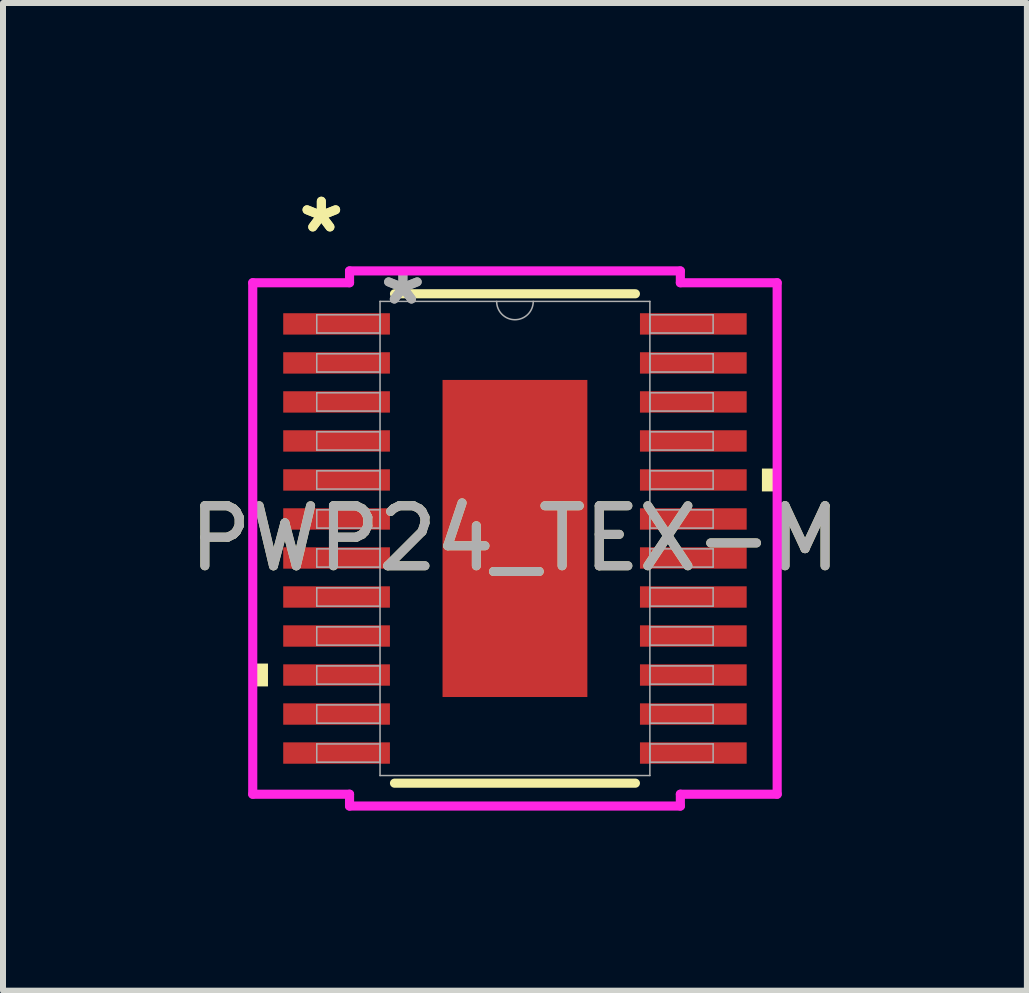
<source format=kicad_pcb>
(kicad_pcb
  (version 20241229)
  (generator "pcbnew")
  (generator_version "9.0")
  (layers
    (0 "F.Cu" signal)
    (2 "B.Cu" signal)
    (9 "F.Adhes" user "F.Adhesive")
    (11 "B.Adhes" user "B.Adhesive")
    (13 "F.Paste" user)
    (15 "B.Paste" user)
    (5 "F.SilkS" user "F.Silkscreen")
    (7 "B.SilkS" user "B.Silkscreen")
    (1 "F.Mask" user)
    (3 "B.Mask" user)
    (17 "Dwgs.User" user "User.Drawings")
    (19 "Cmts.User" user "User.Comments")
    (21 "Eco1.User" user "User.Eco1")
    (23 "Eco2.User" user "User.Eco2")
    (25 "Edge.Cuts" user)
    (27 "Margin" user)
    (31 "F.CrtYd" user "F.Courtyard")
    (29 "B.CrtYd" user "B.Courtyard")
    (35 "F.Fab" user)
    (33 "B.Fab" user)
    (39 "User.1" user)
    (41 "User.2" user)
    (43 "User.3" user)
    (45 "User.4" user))
  (footprint "PWP24_TEX-M"
    (layer "F.Cu")
    (at 5.53 5.922)
    (property "Reference" "PWP24_TEX-M" (at 0 0 0) (unlocked yes) (layer "F.SilkS") (effects (font (size 1 1) (thickness 0.15))))
    (attr smd)
    (fp_line (start -2.007 4.077) (end 2.007 4.077) (stroke (width 0.152) (type solid)) (layer "F.SilkS"))
    (fp_line (start 2.007 -4.077) (end -2.007 -4.077) (stroke (width 0.152) (type solid)) (layer "F.SilkS"))
    (fp_poly (pts (xy -4.369 2.084) (xy -4.369 2.465) (xy -4.115 2.465) (xy -4.115 2.084)) (stroke (width 0) (type solid)) (fill yes) (layer "F.SilkS"))
    (fp_poly (pts (xy 4.369 -1.165) (xy 4.369 -0.784) (xy 4.115 -0.784) (xy 4.115 -1.165)) (stroke (width 0) (type solid)) (fill yes) (layer "F.SilkS"))
    (fp_poly (pts (xy -1.107 -2.542) (xy -1.107 -1.421) (xy 1.107 -1.421) (xy 1.107 -2.542)) (stroke (width 0) (type solid)) (fill yes) (layer "F.Paste"))
    (fp_poly (pts (xy -1.107 -1.221) (xy -1.107 -0.1) (xy 1.107 -0.1) (xy 1.107 -1.221)) (stroke (width 0) (type solid)) (fill yes) (layer "F.Paste"))
    (fp_poly (pts (xy -1.107 0.1) (xy -1.107 1.221) (xy 1.107 1.221) (xy 1.107 0.1)) (stroke (width 0) (type solid)) (fill yes) (layer "F.Paste"))
    (fp_poly (pts (xy -1.107 1.421) (xy -1.107 2.542) (xy 1.107 2.542) (xy 1.107 1.421)) (stroke (width 0) (type solid)) (fill yes) (layer "F.Paste"))
    (fp_line (start -4.369 -4.261) (end -2.756 -4.261) (stroke (width 0.152) (type solid)) (layer "F.CrtYd"))
    (fp_line (start -4.369 4.261) (end -4.369 -4.261) (stroke (width 0.152) (type solid)) (layer "F.CrtYd"))
    (fp_line (start -4.369 4.261) (end -2.756 4.261) (stroke (width 0.152) (type solid)) (layer "F.CrtYd"))
    (fp_line (start -2.756 -4.458) (end 2.756 -4.458) (stroke (width 0.152) (type solid)) (layer "F.CrtYd"))
    (fp_line (start -2.756 -4.261) (end -2.756 -4.458) (stroke (width 0.152) (type solid)) (layer "F.CrtYd"))
    (fp_line (start -2.756 4.458) (end -2.756 4.261) (stroke (width 0.152) (type solid)) (layer "F.CrtYd"))
    (fp_line (start 2.756 -4.458) (end 2.756 -4.261) (stroke (width 0.152) (type solid)) (layer "F.CrtYd"))
    (fp_line (start 2.756 4.261) (end 2.756 4.458) (stroke (width 0.152) (type solid)) (layer "F.CrtYd"))
    (fp_line (start 2.756 4.458) (end -2.756 4.458) (stroke (width 0.152) (type solid)) (layer "F.CrtYd"))
    (fp_line (start 4.369 -4.261) (end 2.756 -4.261) (stroke (width 0.152) (type solid)) (layer "F.CrtYd"))
    (fp_line (start 4.369 -4.261) (end 4.369 4.261) (stroke (width 0.152) (type solid)) (layer "F.CrtYd"))
    (fp_line (start 4.369 4.261) (end 2.756 4.261) (stroke (width 0.152) (type solid)) (layer "F.CrtYd"))
    (fp_line (start -3.302 -3.727) (end -3.302 -3.423) (stroke (width 0.025) (type solid)) (layer "F.Fab"))
    (fp_line (start -3.302 -3.423) (end -2.248 -3.423) (stroke (width 0.025) (type solid)) (layer "F.Fab"))
    (fp_line (start -3.302 -3.077) (end -3.302 -2.773) (stroke (width 0.025) (type solid)) (layer "F.Fab"))
    (fp_line (start -3.302 -2.773) (end -2.248 -2.773) (stroke (width 0.025) (type solid)) (layer "F.Fab"))
    (fp_line (start -3.302 -2.427) (end -3.302 -2.123) (stroke (width 0.025) (type solid)) (layer "F.Fab"))
    (fp_line (start -3.302 -2.123) (end -2.248 -2.123) (stroke (width 0.025) (type solid)) (layer "F.Fab"))
    (fp_line (start -3.302 -1.777) (end -3.302 -1.473) (stroke (width 0.025) (type solid)) (layer "F.Fab"))
    (fp_line (start -3.302 -1.473) (end -2.248 -1.473) (stroke (width 0.025) (type solid)) (layer "F.Fab"))
    (fp_line (start -3.302 -1.127) (end -3.302 -0.823) (stroke (width 0.025) (type solid)) (layer "F.Fab"))
    (fp_line (start -3.302 -0.823) (end -2.248 -0.823) (stroke (width 0.025) (type solid)) (layer "F.Fab"))
    (fp_line (start -3.302 -0.477) (end -3.302 -0.173) (stroke (width 0.025) (type solid)) (layer "F.Fab"))
    (fp_line (start -3.302 -0.173) (end -2.248 -0.173) (stroke (width 0.025) (type solid)) (layer "F.Fab"))
    (fp_line (start -3.302 0.173) (end -3.302 0.477) (stroke (width 0.025) (type solid)) (layer "F.Fab"))
    (fp_line (start -3.302 0.477) (end -2.248 0.477) (stroke (width 0.025) (type solid)) (layer "F.Fab"))
    (fp_line (start -3.302 0.823) (end -3.302 1.127) (stroke (width 0.025) (type solid)) (layer "F.Fab"))
    (fp_line (start -3.302 1.127) (end -2.248 1.127) (stroke (width 0.025) (type solid)) (layer "F.Fab"))
    (fp_line (start -3.302 1.473) (end -3.302 1.777) (stroke (width 0.025) (type solid)) (layer "F.Fab"))
    (fp_line (start -3.302 1.777) (end -2.248 1.777) (stroke (width 0.025) (type solid)) (layer "F.Fab"))
    (fp_line (start -3.302 2.123) (end -3.302 2.427) (stroke (width 0.025) (type solid)) (layer "F.Fab"))
    (fp_line (start -3.302 2.427) (end -2.248 2.427) (stroke (width 0.025) (type solid)) (layer "F.Fab"))
    (fp_line (start -3.302 2.773) (end -3.302 3.077) (stroke (width 0.025) (type solid)) (layer "F.Fab"))
    (fp_line (start -3.302 3.077) (end -2.248 3.077) (stroke (width 0.025) (type solid)) (layer "F.Fab"))
    (fp_line (start -3.302 3.423) (end -3.302 3.727) (stroke (width 0.025) (type solid)) (layer "F.Fab"))
    (fp_line (start -3.302 3.727) (end -2.248 3.727) (stroke (width 0.025) (type solid)) (layer "F.Fab"))
    (fp_line (start -2.248 -3.95) (end -2.248 3.95) (stroke (width 0.025) (type solid)) (layer "F.Fab"))
    (fp_line (start -2.248 -3.727) (end -3.302 -3.727) (stroke (width 0.025) (type solid)) (layer "F.Fab"))
    (fp_line (start -2.248 -3.423) (end -2.248 -3.727) (stroke (width 0.025) (type solid)) (layer "F.Fab"))
    (fp_line (start -2.248 -3.077) (end -3.302 -3.077) (stroke (width 0.025) (type solid)) (layer "F.Fab"))
    (fp_line (start -2.248 -2.773) (end -2.248 -3.077) (stroke (width 0.025) (type solid)) (layer "F.Fab"))
    (fp_line (start -2.248 -2.427) (end -3.302 -2.427) (stroke (width 0.025) (type solid)) (layer "F.Fab"))
    (fp_line (start -2.248 -2.123) (end -2.248 -2.427) (stroke (width 0.025) (type solid)) (layer "F.Fab"))
    (fp_line (start -2.248 -1.777) (end -3.302 -1.777) (stroke (width 0.025) (type solid)) (layer "F.Fab"))
    (fp_line (start -2.248 -1.473) (end -2.248 -1.777) (stroke (width 0.025) (type solid)) (layer "F.Fab"))
    (fp_line (start -2.248 -1.127) (end -3.302 -1.127) (stroke (width 0.025) (type solid)) (layer "F.Fab"))
    (fp_line (start -2.248 -0.823) (end -2.248 -1.127) (stroke (width 0.025) (type solid)) (layer "F.Fab"))
    (fp_line (start -2.248 -0.477) (end -3.302 -0.477) (stroke (width 0.025) (type solid)) (layer "F.Fab"))
    (fp_line (start -2.248 -0.173) (end -2.248 -0.477) (stroke (width 0.025) (type solid)) (layer "F.Fab"))
    (fp_line (start -2.248 0.173) (end -3.302 0.173) (stroke (width 0.025) (type solid)) (layer "F.Fab"))
    (fp_line (start -2.248 0.477) (end -2.248 0.173) (stroke (width 0.025) (type solid)) (layer "F.Fab"))
    (fp_line (start -2.248 0.823) (end -3.302 0.823) (stroke (width 0.025) (type solid)) (layer "F.Fab"))
    (fp_line (start -2.248 1.127) (end -2.248 0.823) (stroke (width 0.025) (type solid)) (layer "F.Fab"))
    (fp_line (start -2.248 1.473) (end -3.302 1.473) (stroke (width 0.025) (type solid)) (layer "F.Fab"))
    (fp_line (start -2.248 1.777) (end -2.248 1.473) (stroke (width 0.025) (type solid)) (layer "F.Fab"))
    (fp_line (start -2.248 2.123) (end -3.302 2.123) (stroke (width 0.025) (type solid)) (layer "F.Fab"))
    (fp_line (start -2.248 2.427) (end -2.248 2.123) (stroke (width 0.025) (type solid)) (layer "F.Fab"))
    (fp_line (start -2.248 2.773) (end -3.302 2.773) (stroke (width 0.025) (type solid)) (layer "F.Fab"))
    (fp_line (start -2.248 3.077) (end -2.248 2.773) (stroke (width 0.025) (type solid)) (layer "F.Fab"))
    (fp_line (start -2.248 3.423) (end -3.302 3.423) (stroke (width 0.025) (type solid)) (layer "F.Fab"))
    (fp_line (start -2.248 3.727) (end -2.248 3.423) (stroke (width 0.025) (type solid)) (layer "F.Fab"))
    (fp_line (start -2.248 3.95) (end 2.248 3.95) (stroke (width 0.025) (type solid)) (layer "F.Fab"))
    (fp_line (start 2.248 -3.95) (end -2.248 -3.95) (stroke (width 0.025) (type solid)) (layer "F.Fab"))
    (fp_line (start 2.248 -3.727) (end 2.248 -3.423) (stroke (width 0.025) (type solid)) (layer "F.Fab"))
    (fp_line (start 2.248 -3.423) (end 3.302 -3.423) (stroke (width 0.025) (type solid)) (layer "F.Fab"))
    (fp_line (start 2.248 -3.077) (end 2.248 -2.773) (stroke (width 0.025) (type solid)) (layer "F.Fab"))
    (fp_line (start 2.248 -2.773) (end 3.302 -2.773) (stroke (width 0.025) (type solid)) (layer "F.Fab"))
    (fp_line (start 2.248 -2.427) (end 2.248 -2.123) (stroke (width 0.025) (type solid)) (layer "F.Fab"))
    (fp_line (start 2.248 -2.123) (end 3.302 -2.123) (stroke (width 0.025) (type solid)) (layer "F.Fab"))
    (fp_line (start 2.248 -1.777) (end 2.248 -1.473) (stroke (width 0.025) (type solid)) (layer "F.Fab"))
    (fp_line (start 2.248 -1.473) (end 3.302 -1.473) (stroke (width 0.025) (type solid)) (layer "F.Fab"))
    (fp_line (start 2.248 -1.127) (end 2.248 -0.823) (stroke (width 0.025) (type solid)) (layer "F.Fab"))
    (fp_line (start 2.248 -0.823) (end 3.302 -0.823) (stroke (width 0.025) (type solid)) (layer "F.Fab"))
    (fp_line (start 2.248 -0.477) (end 2.248 -0.173) (stroke (width 0.025) (type solid)) (layer "F.Fab"))
    (fp_line (start 2.248 -0.173) (end 3.302 -0.173) (stroke (width 0.025) (type solid)) (layer "F.Fab"))
    (fp_line (start 2.248 0.173) (end 2.248 0.477) (stroke (width 0.025) (type solid)) (layer "F.Fab"))
    (fp_line (start 2.248 0.477) (end 3.302 0.477) (stroke (width 0.025) (type solid)) (layer "F.Fab"))
    (fp_line (start 2.248 0.823) (end 2.248 1.127) (stroke (width 0.025) (type solid)) (layer "F.Fab"))
    (fp_line (start 2.248 1.127) (end 3.302 1.127) (stroke (width 0.025) (type solid)) (layer "F.Fab"))
    (fp_line (start 2.248 1.473) (end 2.248 1.777) (stroke (width 0.025) (type solid)) (layer "F.Fab"))
    (fp_line (start 2.248 1.777) (end 3.302 1.777) (stroke (width 0.025) (type solid)) (layer "F.Fab"))
    (fp_line (start 2.248 2.123) (end 2.248 2.427) (stroke (width 0.025) (type solid)) (layer "F.Fab"))
    (fp_line (start 2.248 2.427) (end 3.302 2.427) (stroke (width 0.025) (type solid)) (layer "F.Fab"))
    (fp_line (start 2.248 2.773) (end 2.248 3.077) (stroke (width 0.025) (type solid)) (layer "F.Fab"))
    (fp_line (start 2.248 3.077) (end 3.302 3.077) (stroke (width 0.025) (type solid)) (layer "F.Fab"))
    (fp_line (start 2.248 3.423) (end 2.248 3.727) (stroke (width 0.025) (type solid)) (layer "F.Fab"))
    (fp_line (start 2.248 3.727) (end 3.302 3.727) (stroke (width 0.025) (type solid)) (layer "F.Fab"))
    (fp_line (start 2.248 3.95) (end 2.248 -3.95) (stroke (width 0.025) (type solid)) (layer "F.Fab"))
    (fp_line (start 3.302 -3.727) (end 2.248 -3.727) (stroke (width 0.025) (type solid)) (layer "F.Fab"))
    (fp_line (start 3.302 -3.423) (end 3.302 -3.727) (stroke (width 0.025) (type solid)) (layer "F.Fab"))
    (fp_line (start 3.302 -3.077) (end 2.248 -3.077) (stroke (width 0.025) (type solid)) (layer "F.Fab"))
    (fp_line (start 3.302 -2.773) (end 3.302 -3.077) (stroke (width 0.025) (type solid)) (layer "F.Fab"))
    (fp_line (start 3.302 -2.427) (end 2.248 -2.427) (stroke (width 0.025) (type solid)) (layer "F.Fab"))
    (fp_line (start 3.302 -2.123) (end 3.302 -2.427) (stroke (width 0.025) (type solid)) (layer "F.Fab"))
    (fp_line (start 3.302 -1.777) (end 2.248 -1.777) (stroke (width 0.025) (type solid)) (layer "F.Fab"))
    (fp_line (start 3.302 -1.473) (end 3.302 -1.777) (stroke (width 0.025) (type solid)) (layer "F.Fab"))
    (fp_line (start 3.302 -1.127) (end 2.248 -1.127) (stroke (width 0.025) (type solid)) (layer "F.Fab"))
    (fp_line (start 3.302 -0.823) (end 3.302 -1.127) (stroke (width 0.025) (type solid)) (layer "F.Fab"))
    (fp_line (start 3.302 -0.477) (end 2.248 -0.477) (stroke (width 0.025) (type solid)) (layer "F.Fab"))
    (fp_line (start 3.302 -0.173) (end 3.302 -0.477) (stroke (width 0.025) (type solid)) (layer "F.Fab"))
    (fp_line (start 3.302 0.173) (end 2.248 0.173) (stroke (width 0.025) (type solid)) (layer "F.Fab"))
    (fp_line (start 3.302 0.477) (end 3.302 0.173) (stroke (width 0.025) (type solid)) (layer "F.Fab"))
    (fp_line (start 3.302 0.823) (end 2.248 0.823) (stroke (width 0.025) (type solid)) (layer "F.Fab"))
    (fp_line (start 3.302 1.127) (end 3.302 0.823) (stroke (width 0.025) (type solid)) (layer "F.Fab"))
    (fp_line (start 3.302 1.473) (end 2.248 1.473) (stroke (width 0.025) (type solid)) (layer "F.Fab"))
    (fp_line (start 3.302 1.777) (end 3.302 1.473) (stroke (width 0.025) (type solid)) (layer "F.Fab"))
    (fp_line (start 3.302 2.123) (end 2.248 2.123) (stroke (width 0.025) (type solid)) (layer "F.Fab"))
    (fp_line (start 3.302 2.427) (end 3.302 2.123) (stroke (width 0.025) (type solid)) (layer "F.Fab"))
    (fp_line (start 3.302 2.773) (end 2.248 2.773) (stroke (width 0.025) (type solid)) (layer "F.Fab"))
    (fp_line (start 3.302 3.077) (end 3.302 2.773) (stroke (width 0.025) (type solid)) (layer "F.Fab"))
    (fp_line (start 3.302 3.423) (end 2.248 3.423) (stroke (width 0.025) (type solid)) (layer "F.Fab"))
    (fp_line (start 3.302 3.727) (end 3.302 3.423) (stroke (width 0.025) (type solid)) (layer "F.Fab"))
    (fp_arc (start 0.3048 -3.9497) (mid 0 -3.6449) (end -0.3048 -3.9497) (stroke (width 0.0254) (type solid)) (layer "F.Fab"))
    (fp_text user "*" (at -3.226 -5.074 0) (unlocked yes) (layer "F.SilkS") (effects (font (size 1 1) (thickness 0.15))))
    (fp_text user "*" (at -3.226 -5.074 0) (layer "F.SilkS") (effects (font (size 1 1) (thickness 0.15))))
    (fp_text user "*" (at -1.867 -3.873 0) (unlocked yes) (layer "F.Fab") (effects (font (size 1 1) (thickness 0.15))))
    (fp_text user "*" (at -1.867 -3.873 0) (layer "F.Fab") (effects (font (size 1 1) (thickness 0.15))))
    (fp_text user "${REFERENCE}" (at 0 0 0) (unlocked yes) (layer "F.Fab") (effects (font (size 1 1) (thickness 0.15))))
    (pad "1" smd rect (at -2.972 -3.575) (size 1.778 0.356) (layers "F.Cu" "F.Mask" "F.Paste"))
    (pad "2" smd rect (at -2.972 -2.925) (size 1.778 0.356) (layers "F.Cu" "F.Mask" "F.Paste"))
    (pad "3" smd rect (at -2.972 -2.275) (size 1.778 0.356) (layers "F.Cu" "F.Mask" "F.Paste"))
    (pad "4" smd rect (at -2.972 -1.625) (size 1.778 0.356) (layers "F.Cu" "F.Mask" "F.Paste"))
    (pad "5" smd rect (at -2.972 -0.975) (size 1.778 0.356) (layers "F.Cu" "F.Mask" "F.Paste"))
    (pad "6" smd rect (at -2.972 -0.325) (size 1.778 0.356) (layers "F.Cu" "F.Mask" "F.Paste"))
    (pad "7" smd rect (at -2.972 0.325) (size 1.778 0.356) (layers "F.Cu" "F.Mask" "F.Paste"))
    (pad "8" smd rect (at -2.972 0.975) (size 1.778 0.356) (layers "F.Cu" "F.Mask" "F.Paste"))
    (pad "9" smd rect (at -2.972 1.625) (size 1.778 0.356) (layers "F.Cu" "F.Mask" "F.Paste"))
    (pad "10" smd rect (at -2.972 2.275) (size 1.778 0.356) (layers "F.Cu" "F.Mask" "F.Paste"))
    (pad "11" smd rect (at -2.972 2.925) (size 1.778 0.356) (layers "F.Cu" "F.Mask" "F.Paste"))
    (pad "12" smd rect (at -2.972 3.575) (size 1.778 0.356) (layers "F.Cu" "F.Mask" "F.Paste"))
    (pad "13" smd rect (at 2.972 3.575) (size 1.778 0.356) (layers "F.Cu" "F.Mask" "F.Paste"))
    (pad "14" smd rect (at 2.972 2.925) (size 1.778 0.356) (layers "F.Cu" "F.Mask" "F.Paste"))
    (pad "15" smd rect (at 2.972 2.275) (size 1.778 0.356) (layers "F.Cu" "F.Mask" "F.Paste"))
    (pad "16" smd rect (at 2.972 1.625) (size 1.778 0.356) (layers "F.Cu" "F.Mask" "F.Paste"))
    (pad "17" smd rect (at 2.972 0.975) (size 1.778 0.356) (layers "F.Cu" "F.Mask" "F.Paste"))
    (pad "18" smd rect (at 2.972 0.325) (size 1.778 0.356) (layers "F.Cu" "F.Mask" "F.Paste"))
    (pad "19" smd rect (at 2.972 -0.325) (size 1.778 0.356) (layers "F.Cu" "F.Mask" "F.Paste"))
    (pad "20" smd rect (at 2.972 -0.975) (size 1.778 0.356) (layers "F.Cu" "F.Mask" "F.Paste"))
    (pad "21" smd rect (at 2.972 -1.625) (size 1.778 0.356) (layers "F.Cu" "F.Mask" "F.Paste"))
    (pad "22" smd rect (at 2.972 -2.275) (size 1.778 0.356) (layers "F.Cu" "F.Mask" "F.Paste"))
    (pad "23" smd rect (at 2.972 -2.925) (size 1.778 0.356) (layers "F.Cu" "F.Mask" "F.Paste"))
    (pad "24" smd rect (at 2.972 -3.575) (size 1.778 0.356) (layers "F.Cu" "F.Mask" "F.Paste"))
    (pad "EPAD" smd rect (at 0 0) (size 2.413 5.283) (layers "F.Cu" "F.Mask")))
  (gr_rect
    (start -3 -3)
    (end 14.06 13.456)
    (stroke (width 0.1) (type default))
    (fill no)
    (layer "Edge.Cuts")))
</source>
